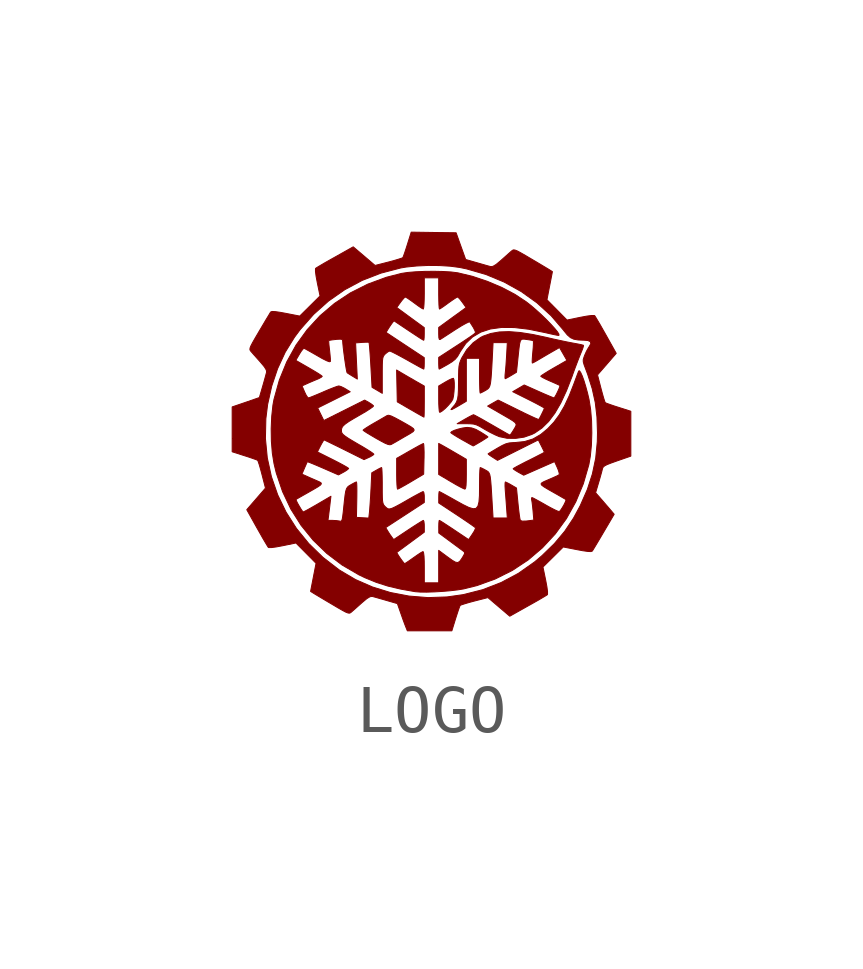
<source format=kicad_sym>
(kicad_symbol_lib
  (version 20220914)
  (generator bitmap2component)
  (symbol "LOGO"
    (pin_names
      (offset 1.016))
    (property "Reference" "#G"
      (at 0 4.37 0)
      (effects (font (size 1.27 1.27)) hide))
    (symbol "LOGO_0_0"
      (polyline (pts (xy 0.503 -3.898) (xy 0.53 -3.814) (xy 0.561 -3.72) (xy 0.585 -3.653) (xy 0.598 -3.623) (xy 0.624 -3.612) (xy 0.689 -3.591) (xy 0.782 -3.563) (xy 0.894 -3.533) (xy 1.176 -3.461) (xy 1.403 -3.655) (xy 1.631 -3.849) (xy 2.01 -3.636) (xy 2.112 -3.579) (xy 2.227 -3.514) (xy 2.32 -3.459) (xy 2.385 -3.42) (xy 2.414 -3.401) (xy 2.418 -3.39) (xy 2.418 -3.333) (xy 2.405 -3.235) (xy 2.38 -3.101) (xy 2.323 -2.824) (xy 2.535 -2.615) (xy 2.746 -2.406) (xy 3.038 -2.463) (xy 3.152 -2.484) (xy 3.257 -2.499) (xy 3.321 -2.502) (xy 3.35 -2.492) (xy 3.363 -2.473) (xy 3.398 -2.415) (xy 3.451 -2.327) (xy 3.516 -2.218) (xy 3.589 -2.094) (xy 3.807 -1.724) (xy 3.718 -1.619) (xy 3.678 -1.572) (xy 3.599 -1.481) (xy 3.525 -1.395) (xy 3.42 -1.276) (xy 3.485 -1.057) (xy 3.498 -1.015) (xy 3.527 -0.912) (xy 3.55 -0.828) (xy 3.563 -0.776) (xy 3.564 -0.77) (xy 3.577 -0.743) (xy 3.606 -0.717) (xy 3.658 -0.69) (xy 3.742 -0.657) (xy 3.865 -0.613) (xy 4.154 -0.513) (xy 4.154 -0.045) (xy 4.154 0.422) (xy 3.898 0.504) (xy 3.813 0.531) (xy 3.72 0.563) (xy 3.653 0.587) (xy 3.623 0.6) (xy 3.611 0.625) (xy 3.59 0.69) (xy 3.563 0.784) (xy 3.533 0.896) (xy 3.46 1.18) (xy 3.655 1.404) (xy 3.85 1.629) (xy 3.637 2.01) (xy 3.579 2.112) (xy 3.514 2.227) (xy 3.459 2.32) (xy 3.42 2.385) (xy 3.401 2.414) (xy 3.39 2.418) (xy 3.333 2.418) (xy 3.235 2.405) (xy 3.101 2.38) (xy 2.824 2.323) (xy 2.615 2.535) (xy 2.406 2.746) (xy 2.463 3.039) (xy 2.52 3.332) (xy 2.467 3.365) (xy 2.45 3.376) (xy 2.39 3.412) (xy 2.3 3.466) (xy 2.191 3.531) (xy 2.069 3.603) (xy 1.956 3.67) (xy 1.858 3.726) (xy 1.789 3.763) (xy 1.743 3.781) (xy 1.713 3.786) (xy 1.69 3.778) (xy 1.669 3.762) (xy 1.659 3.754) (xy 1.607 3.708) (xy 1.534 3.643) (xy 1.452 3.57) (xy 1.437 3.557) (xy 1.347 3.482) (xy 1.282 3.443) (xy 1.239 3.436) (xy 1.218 3.441) (xy 1.152 3.459) (xy 1.058 3.486) (xy 0.95 3.517) (xy 0.712 3.585) (xy 0.612 3.864) (xy 0.513 4.142) (xy 0.045 4.148) (xy -0.423 4.155) (xy -0.503 3.898) (xy -0.53 3.814) (xy -0.561 3.72) (xy -0.585 3.653) (xy -0.598 3.623) (xy -0.624 3.612) (xy -0.689 3.591) (xy -0.782 3.563) (xy -0.894 3.533) (xy -1.176 3.461) (xy -1.403 3.655) (xy -1.631 3.849) (xy -2.01 3.636) (xy -2.112 3.579) (xy -2.227 3.514) (xy -2.32 3.459) (xy -2.385 3.42) (xy -2.414 3.401) (xy -2.418 3.39) (xy -2.418 3.333) (xy -2.405 3.235) (xy -2.38 3.101) (xy -2.323 2.825) (xy -2.535 2.615) (xy -2.746 2.406) (xy -3.038 2.463) (xy -3.153 2.484) (xy -3.257 2.499) (xy -3.322 2.502) (xy -3.35 2.492) (xy -3.363 2.473) (xy -3.398 2.414) (xy -3.451 2.327) (xy -3.516 2.217) (xy -3.589 2.094) (xy -3.597 2.08) (xy -3.674 1.949) (xy -3.728 1.854) (xy -3.763 1.787) (xy -3.781 1.742) (xy -3.785 1.712) (xy -3.778 1.69) (xy -3.762 1.669) (xy -3.753 1.659) (xy -3.708 1.607) (xy -3.643 1.534) (xy -3.57 1.452) (xy -3.557 1.437) (xy -3.482 1.347) (xy -3.443 1.282) (xy -3.436 1.239) (xy -3.442 1.218) (xy -3.46 1.151) (xy -3.486 1.056) (xy -3.517 0.948) (xy -3.587 0.708) (xy -3.87 0.61) (xy -4.154 0.513) (xy -4.154 0.045) (xy -4.154 -0.146) (xy -3.461 -0.146) (xy -3.452 0.266) (xy -3.415 0.565) (xy -3.33 0.945) (xy -3.207 1.311) (xy -3.048 1.654) (xy -2.856 1.964) (xy -2.737 2.124) (xy -2.457 2.441) (xy -2.146 2.719) (xy -1.808 2.955) (xy -1.443 3.15) (xy -1.053 3.301) (xy -0.639 3.409) (xy -0.525 3.428) (xy -0.307 3.45) (xy -0.07 3.461) (xy 0.169 3.459) (xy 0.394 3.445) (xy 0.588 3.419) (xy 0.732 3.389) (xy 1.133 3.273) (xy 1.513 3.115) (xy 1.869 2.917) (xy 2.196 2.683) (xy 2.492 2.414) (xy 2.751 2.112) (xy 2.757 2.103) (xy 2.83 2.014) (xy 2.895 1.957) (xy 2.966 1.924) (xy 3.058 1.908) (xy 3.185 1.903) (xy 3.256 1.897) (xy 3.311 1.873) (xy 3.32 1.83) (xy 3.285 1.767) (xy 3.27 1.745) (xy 3.229 1.672) (xy 3.192 1.589) (xy 3.177 1.548) (xy 3.162 1.497) (xy 3.163 1.451) (xy 3.179 1.393) (xy 3.212 1.305) (xy 3.255 1.19) (xy 3.349 0.893) (xy 3.413 0.603) (xy 3.448 0.303) (xy 3.459 -0.025) (xy 3.455 -0.213) (xy 3.422 -0.555) (xy 3.353 -0.883) (xy 3.247 -1.209) (xy 3.099 -1.546) (xy 2.96 -1.803) (xy 2.776 -2.079) (xy 2.561 -2.335) (xy 2.304 -2.585) (xy 2.149 -2.717) (xy 1.813 -2.954) (xy 1.453 -3.146) (xy 1.07 -3.295) (xy 0.663 -3.399) (xy 0.324 -3.447) (xy -0.072 -3.461) (xy -0.468 -3.429) (xy -0.856 -3.355) (xy -1.232 -3.239) (xy -1.588 -3.083) (xy -1.917 -2.888) (xy -1.927 -2.881) (xy -2.261 -2.623) (xy -2.557 -2.335) (xy -2.814 -2.02) (xy -3.03 -1.681) (xy -3.205 -1.32) (xy -3.336 -0.942) (xy -3.422 -0.55) (xy -3.461 -0.146) (xy -4.154 -0.146) (xy -4.154 -0.422) (xy -3.898 -0.504) (xy -3.813 -0.531) (xy -3.72 -0.563) (xy -3.653 -0.587) (xy -3.623 -0.6) (xy -3.612 -0.625) (xy -3.59 -0.69) (xy -3.563 -0.784) (xy -3.533 -0.896) (xy -3.46 -1.179) (xy -3.655 -1.404) (xy -3.85 -1.629) (xy -3.637 -2.01) (xy -3.579 -2.112) (xy -3.514 -2.227) (xy -3.459 -2.32) (xy -3.42 -2.385) (xy -3.401 -2.414) (xy -3.39 -2.418) (xy -3.333 -2.418) (xy -3.235 -2.405) (xy -3.101 -2.38) (xy -2.825 -2.323) (xy -2.615 -2.535) (xy -2.406 -2.746) (xy -2.463 -3.039) (xy -2.52 -3.332) (xy -2.467 -3.365) (xy -2.45 -3.376) (xy -2.39 -3.412) (xy -2.3 -3.466) (xy -2.191 -3.531) (xy -2.069 -3.603) (xy -1.956 -3.67) (xy -1.858 -3.726) (xy -1.789 -3.763) (xy -1.743 -3.781) (xy -1.713 -3.786) (xy -1.69 -3.778) (xy -1.669 -3.762) (xy -1.659 -3.753) (xy -1.607 -3.708) (xy -1.534 -3.643) (xy -1.452 -3.57) (xy -1.437 -3.557) (xy -1.347 -3.482) (xy -1.282 -3.443) (xy -1.239 -3.436) (xy -1.218 -3.441) (xy -1.152 -3.459) (xy -1.058 -3.486) (xy -0.95 -3.517) (xy -0.711 -3.586) (xy -0.64 -3.788) (xy -0.631 -3.814) (xy -0.594 -3.919) (xy -0.56 -4.011) (xy -0.536 -4.073) (xy -0.503 -4.154) (xy -0.04 -4.154) (xy 0.424 -4.154) (xy 0.503 -3.898)) (stroke (width 0.01) (type default)) (fill (type outline)))
      (polyline (pts (xy 0.059 -3.342) (xy 0.228 -3.332) (xy 0.394 -3.318) (xy 0.546 -3.3) (xy 0.669 -3.28) (xy 0.95 -3.21) (xy 1.329 -3.073) (xy 1.684 -2.895) (xy 2.013 -2.678) (xy 2.312 -2.423) (xy 2.579 -2.135) (xy 2.812 -1.815) (xy 3.007 -1.465) (xy 3.164 -1.089) (xy 3.28 -0.688) (xy 3.31 -0.513) (xy 3.333 -0.281) (xy 3.341 -0.03) (xy 3.336 0.222) (xy 3.316 0.46) (xy 3.283 0.668) (xy 3.252 0.8) (xy 3.215 0.936) (xy 3.178 1.058) (xy 3.142 1.158) (xy 3.109 1.23) (xy 3.084 1.266) (xy 3.067 1.261) (xy 3.061 1.244) (xy 3.037 1.181) (xy 3.004 1.092) (xy 2.966 0.989) (xy 2.872 0.749) (xy 2.771 0.532) (xy 2.666 0.351) (xy 2.551 0.195) (xy 2.422 0.059) (xy 2.276 -0.062) (xy 2.115 -0.155) (xy 1.94 -0.209) (xy 1.74 -0.23) (xy 1.701 -0.231) (xy 1.619 -0.238) (xy 1.55 -0.256) (xy 1.475 -0.29) (xy 1.377 -0.345) (xy 1.34 -0.367) (xy 1.261 -0.414) (xy 1.204 -0.449) (xy 1.18 -0.464) (xy 1.183 -0.471) (xy 1.216 -0.498) (xy 1.274 -0.536) (xy 1.376 -0.601) (xy 1.801 -0.388) (xy 2.226 -0.175) (xy 2.289 -0.299) (xy 2.315 -0.351) (xy 2.342 -0.407) (xy 2.352 -0.432) (xy 2.348 -0.435) (xy 2.311 -0.456) (xy 2.239 -0.493) (xy 2.142 -0.543) (xy 2.027 -0.601) (xy 1.977 -0.625) (xy 1.869 -0.681) (xy 1.781 -0.727) (xy 1.723 -0.76) (xy 1.702 -0.775) (xy 1.709 -0.784) (xy 1.749 -0.812) (xy 1.812 -0.85) (xy 1.922 -0.91) (xy 2.244 -0.768) (xy 2.565 -0.627) (xy 2.623 -0.755) (xy 2.645 -0.81) (xy 2.662 -0.87) (xy 2.66 -0.9) (xy 2.654 -0.904) (xy 2.61 -0.927) (xy 2.535 -0.961) (xy 2.443 -1.001) (xy 2.427 -1.008) (xy 2.35 -1.041) (xy 2.301 -1.067) (xy 2.282 -1.091) (xy 2.297 -1.119) (xy 2.348 -1.156) (xy 2.436 -1.209) (xy 2.565 -1.282) (xy 2.634 -1.321) (xy 2.717 -1.369) (xy 2.776 -1.403) (xy 2.802 -1.419) (xy 2.803 -1.427) (xy 2.789 -1.468) (xy 2.76 -1.528) (xy 2.723 -1.591) (xy 2.688 -1.643) (xy 2.663 -1.668) (xy 2.631 -1.66) (xy 2.567 -1.631) (xy 2.478 -1.585) (xy 2.375 -1.528) (xy 2.375 -1.527) (xy 2.272 -1.469) (xy 2.185 -1.421) (xy 2.123 -1.388) (xy 2.094 -1.376) (xy 2.085 -1.384) (xy 2.086 -1.42) (xy 2.087 -1.423) (xy 2.096 -1.474) (xy 2.106 -1.556) (xy 2.116 -1.654) (xy 2.132 -1.845) (xy 2.001 -1.862) (xy 1.974 -1.865) (xy 1.89 -1.867) (xy 1.852 -1.852) (xy 1.851 -1.85) (xy 1.841 -1.809) (xy 1.829 -1.73) (xy 1.816 -1.624) (xy 1.803 -1.501) (xy 1.771 -1.177) (xy 1.663 -1.114) (xy 1.625 -1.092) (xy 1.568 -1.063) (xy 1.539 -1.051) (xy 1.539 -1.051) (xy 1.533 -1.075) (xy 1.532 -1.135) (xy 1.537 -1.22) (xy 1.537 -1.222) (xy 1.546 -1.335) (xy 1.556 -1.469) (xy 1.565 -1.595) (xy 1.58 -1.802) (xy 1.431 -1.802) (xy 1.283 -1.802) (xy 1.266 -1.52) (xy 1.263 -1.467) (xy 1.252 -1.28) (xy 1.243 -1.136) (xy 1.234 -1.028) (xy 1.225 -0.95) (xy 1.214 -0.897) (xy 1.199 -0.862) (xy 1.181 -0.838) (xy 1.157 -0.821) (xy 1.126 -0.804) (xy 1.101 -0.79) (xy 1.046 -0.762) (xy 1.016 -0.751) (xy 1.013 -0.758) (xy 1.008 -0.805) (xy 1.004 -0.889) (xy 1.002 -1.002) (xy 1.001 -1.134) (xy 1.001 -1.161) (xy 0.999 -1.337) (xy 0.989 -1.468) (xy 0.967 -1.554) (xy 0.929 -1.601) (xy 0.868 -1.609) (xy 0.78 -1.583) (xy 0.661 -1.525) (xy 0.505 -1.439) (xy 0.444 -1.404) (xy 0.336 -1.344) (xy 0.247 -1.295) (xy 0.187 -1.263) (xy 0.162 -1.251) (xy 0.158 -1.258) (xy 0.153 -1.301) (xy 0.151 -1.37) (xy 0.151 -1.489) (xy 0.527 -1.737) (xy 0.638 -1.811) (xy 0.746 -1.884) (xy 0.833 -1.944) (xy 0.892 -1.986) (xy 0.916 -2.006) (xy 0.914 -2.024) (xy 0.892 -2.074) (xy 0.851 -2.139) (xy 0.774 -2.252) (xy 0.475 -2.052) (xy 0.432 -2.023) (xy 0.33 -1.956) (xy 0.246 -1.901) (xy 0.188 -1.865) (xy 0.163 -1.852) (xy 0.158 -1.862) (xy 0.153 -1.91) (xy 0.151 -1.983) (xy 0.152 -2.115) (xy 0.389 -2.29) (xy 0.478 -2.356) (xy 0.565 -2.42) (xy 0.631 -2.469) (xy 0.666 -2.495) (xy 0.671 -2.498) (xy 0.691 -2.522) (xy 0.685 -2.554) (xy 0.653 -2.611) (xy 0.628 -2.651) (xy 0.587 -2.707) (xy 0.548 -2.73) (xy 0.5 -2.723) (xy 0.434 -2.685) (xy 0.339 -2.617) (xy 0.15 -2.477) (xy 0.15 -2.815) (xy 0.15 -3.153) (xy 0 -3.153) (xy -0.15 -3.153) (xy -0.15 -2.828) (xy -0.151 -2.708) (xy -0.156 -2.597) (xy -0.165 -2.527) (xy -0.176 -2.502) (xy -0.182 -2.504) (xy -0.225 -2.527) (xy -0.292 -2.571) (xy -0.373 -2.628) (xy -0.404 -2.65) (xy -0.478 -2.702) (xy -0.534 -2.739) (xy -0.559 -2.753) (xy -0.573 -2.742) (xy -0.605 -2.702) (xy -0.646 -2.646) (xy -0.686 -2.587) (xy -0.714 -2.54) (xy -0.722 -2.518) (xy -0.719 -2.516) (xy -0.685 -2.491) (xy -0.621 -2.444) (xy -0.534 -2.38) (xy -0.432 -2.305) (xy -0.15 -2.097) (xy -0.15 -1.974) (xy -0.151 -1.932) (xy -0.158 -1.874) (xy -0.169 -1.852) (xy -0.175 -1.854) (xy -0.215 -1.877) (xy -0.286 -1.921) (xy -0.38 -1.981) (xy -0.488 -2.052) (xy -0.788 -2.252) (xy -0.829 -2.197) (xy -0.868 -2.142) (xy -0.912 -2.073) (xy -0.954 -2.002) (xy -0.552 -1.74) (xy -0.15 -1.478) (xy -0.15 -1.364) (xy -0.151 -1.33) (xy -0.159 -1.274) (xy -0.173 -1.251) (xy -0.177 -1.252) (xy -0.218 -1.271) (xy -0.29 -1.309) (xy -0.386 -1.361) (xy -0.497 -1.424) (xy -0.529 -1.443) (xy -0.659 -1.517) (xy -0.755 -1.568) (xy -0.823 -1.6) (xy -0.87 -1.613) (xy -0.905 -1.611) (xy -0.933 -1.594) (xy -0.963 -1.567) (xy -0.978 -1.552) (xy -0.998 -1.526) (xy -1.011 -1.494) (xy -1.02 -1.447) (xy -1.024 -1.376) (xy -1.026 -1.272) (xy -1.026 -1.127) (xy -1.026 -1.059) (xy -1.028 -0.937) (xy -1.031 -0.839) (xy -1.035 -0.774) (xy -1.04 -0.751) (xy -1.047 -0.753) (xy -1.088 -0.772) (xy -1.149 -0.806) (xy -1.245 -0.861) (xy -1.261 -1.2) (xy -1.262 -1.212) (xy -1.269 -1.351) (xy -1.278 -1.484) (xy -1.286 -1.595) (xy -1.292 -1.672) (xy -1.307 -1.804) (xy -1.436 -1.797) (xy -1.564 -1.789) (xy -1.557 -1.42) (xy -1.556 -1.358) (xy -1.555 -1.237) (xy -1.556 -1.139) (xy -1.559 -1.075) (xy -1.564 -1.051) (xy -1.573 -1.053) (xy -1.615 -1.073) (xy -1.677 -1.107) (xy -1.683 -1.111) (xy -1.722 -1.134) (xy -1.751 -1.159) (xy -1.772 -1.194) (xy -1.788 -1.245) (xy -1.801 -1.322) (xy -1.814 -1.433) (xy -1.83 -1.585) (xy -1.839 -1.674) (xy -1.851 -1.77) (xy -1.861 -1.829) (xy -1.874 -1.86) (xy -1.89 -1.87) (xy -1.912 -1.867) (xy -1.919 -1.865) (xy -1.983 -1.856) (xy -2.061 -1.852) (xy -2.158 -1.852) (xy -2.143 -1.745) (xy -2.138 -1.7) (xy -2.125 -1.597) (xy -2.113 -1.494) (xy -2.096 -1.349) (xy -2.376 -1.513) (xy -2.393 -1.523) (xy -2.498 -1.583) (xy -2.585 -1.632) (xy -2.646 -1.664) (xy -2.673 -1.676) (xy -2.689 -1.661) (xy -2.72 -1.615) (xy -2.757 -1.553) (xy -2.793 -1.49) (xy -2.817 -1.439) (xy -2.823 -1.415) (xy -2.81 -1.407) (xy -2.761 -1.379) (xy -2.684 -1.335) (xy -2.59 -1.282) (xy -2.576 -1.274) (xy -2.45 -1.202) (xy -2.364 -1.151) (xy -2.313 -1.115) (xy -2.295 -1.089) (xy -2.303 -1.068) (xy -2.336 -1.049) (xy -2.39 -1.025) (xy -2.433 -1.006) (xy -2.528 -0.965) (xy -2.607 -0.929) (xy -2.7 -0.888) (xy -2.647 -0.763) (xy -2.625 -0.713) (xy -2.6 -0.656) (xy -2.588 -0.63) (xy -2.584 -0.63) (xy -2.547 -0.643) (xy -2.475 -0.672) (xy -2.377 -0.713) (xy -2.261 -0.763) (xy -1.939 -0.904) (xy -1.833 -0.847) (xy -1.798 -0.827) (xy -1.747 -0.792) (xy -1.727 -0.77) (xy -1.731 -0.765) (xy -1.768 -0.74) (xy -1.84 -0.699) (xy -1.937 -0.647) (xy -2.052 -0.588) (xy -2.378 -0.425) (xy -2.315 -0.3) (xy -2.287 -0.248) (xy -2.256 -0.196) (xy -2.24 -0.175) (xy -2.216 -0.185) (xy -2.155 -0.214) (xy -2.063 -0.259) (xy -1.948 -0.315) (xy -1.817 -0.38) (xy -1.406 -0.585) (xy -1.304 -0.539) (xy -1.274 -0.525) (xy -1.222 -0.494) (xy -1.201 -0.473) (xy -1.217 -0.457) (xy -1.269 -0.42) (xy -1.348 -0.37) (xy -1.445 -0.311) (xy -1.517 -0.27) (xy -1.646 -0.194) (xy -1.74 -0.137) (xy -1.804 -0.093) (xy -1.844 -0.06) (xy -1.866 -0.033) (xy -1.875 -0.006) (xy -1.877 0.024) (xy -1.876 0.044) (xy -1.866 0.081) (xy -1.841 0.117) (xy -1.795 0.158) (xy -1.722 0.209) (xy -1.616 0.273) (xy -1.472 0.356) (xy -1.461 0.362) (xy -1.36 0.422) (xy -1.279 0.474) (xy -1.225 0.513) (xy -1.208 0.532) (xy -1.211 0.538) (xy -1.246 0.568) (xy -1.304 0.605) (xy -1.393 0.655) (xy -1.818 0.442) (xy -2.244 0.229) (xy -2.308 0.36) (xy -2.372 0.491) (xy -2.033 0.66) (xy -1.694 0.829) (xy -1.792 0.889) (xy -1.819 0.905) (xy -1.885 0.937) (xy -1.931 0.95) (xy -1.931 0.95) (xy -1.97 0.94) (xy -2.044 0.913) (xy -2.142 0.874) (xy -2.255 0.826) (xy -2.26 0.823) (xy -2.371 0.776) (xy -2.465 0.737) (xy -2.533 0.71) (xy -2.565 0.701) (xy -2.58 0.711) (xy -2.611 0.756) (xy -2.645 0.826) (xy -2.698 0.951) (xy -2.582 1.003) (xy -2.549 1.018) (xy -2.453 1.059) (xy -2.371 1.093) (xy -2.35 1.102) (xy -2.298 1.13) (xy -2.277 1.15) (xy -2.278 1.151) (xy -2.303 1.172) (xy -2.363 1.212) (xy -2.449 1.264) (xy -2.553 1.325) (xy -2.828 1.483) (xy -2.753 1.611) (xy -2.718 1.668) (xy -2.68 1.717) (xy -2.658 1.734) (xy -2.629 1.721) (xy -2.566 1.686) (xy -2.479 1.637) (xy -2.376 1.578) (xy -2.275 1.52) (xy -2.183 1.474) (xy -2.128 1.454) (xy -2.107 1.46) (xy -2.107 1.465) (xy -2.107 1.514) (xy -2.114 1.594) (xy -2.124 1.692) (xy -2.127 1.717) (xy -2.137 1.806) (xy -2.142 1.87) (xy -2.141 1.897) (xy -2.124 1.901) (xy -2.07 1.91) (xy -1.992 1.919) (xy -1.98 1.921) (xy -1.902 1.925) (xy -1.863 1.919) (xy -1.852 1.899) (xy -1.852 1.897) (xy -1.848 1.837) (xy -1.839 1.747) (xy -1.826 1.639) (xy -1.811 1.524) (xy -1.795 1.415) (xy -1.78 1.321) (xy -1.767 1.254) (xy -1.759 1.226) (xy -1.75 1.219) (xy -1.705 1.19) (xy -1.642 1.151) (xy -1.546 1.093) (xy -1.564 1.47) (xy -1.582 1.847) (xy -1.448 1.857) (xy -1.395 1.86) (xy -1.332 1.862) (xy -1.303 1.859) (xy -1.298 1.833) (xy -1.291 1.764) (xy -1.283 1.662) (xy -1.274 1.533) (xy -1.265 1.386) (xy -1.239 0.921) (xy -1.132 0.859) (xy -1.026 0.796) (xy -1.026 1.175) (xy -1.026 1.26) (xy -1.025 1.382) (xy -1.022 1.467) (xy -1.016 1.524) (xy -1.005 1.562) (xy -0.988 1.59) (xy -0.965 1.615) (xy -0.96 1.62) (xy -0.909 1.66) (xy -0.87 1.677) (xy -0.859 1.674) (xy -0.808 1.651) (xy -0.727 1.61) (xy -0.623 1.554) (xy -0.505 1.489) (xy -0.444 1.454) (xy -0.336 1.394) (xy -0.248 1.345) (xy -0.187 1.313) (xy -0.162 1.301) (xy -0.158 1.308) (xy -0.153 1.351) (xy -0.151 1.42) (xy -0.151 1.539) (xy -0.549 1.802) (xy -0.946 2.065) (xy -0.908 2.129) (xy -0.874 2.183) (xy -0.827 2.251) (xy -0.783 2.308) (xy -0.48 2.105) (xy -0.433 2.074) (xy -0.33 2.006) (xy -0.246 1.951) (xy -0.188 1.915) (xy -0.163 1.902) (xy -0.158 1.912) (xy -0.153 1.96) (xy -0.151 2.033) (xy -0.151 2.165) (xy -0.438 2.374) (xy -0.724 2.584) (xy -0.646 2.693) (xy -0.613 2.736) (xy -0.571 2.784) (xy -0.545 2.803) (xy -0.54 2.801) (xy -0.501 2.779) (xy -0.437 2.735) (xy -0.358 2.678) (xy -0.333 2.659) (xy -0.257 2.604) (xy -0.2 2.567) (xy -0.172 2.553) (xy -0.17 2.553) (xy -0.162 2.585) (xy -0.156 2.656) (xy -0.152 2.757) (xy -0.15 2.878) (xy -0.15 3.203) (xy 0 3.203) (xy 0.15 3.203) (xy 0.15 2.878) (xy 0.15 2.854) (xy 0.152 2.736) (xy 0.155 2.64) (xy 0.16 2.576) (xy 0.166 2.553) (xy 0.171 2.554) (xy 0.208 2.577) (xy 0.271 2.62) (xy 0.35 2.678) (xy 0.378 2.698) (xy 0.454 2.751) (xy 0.513 2.789) (xy 0.542 2.803) (xy 0.558 2.794) (xy 0.596 2.754) (xy 0.643 2.693) (xy 0.721 2.583) (xy 0.435 2.376) (xy 0.15 2.168) (xy 0.15 2.034) (xy 0.153 1.957) (xy 0.163 1.919) (xy 0.181 1.918) (xy 0.185 1.921) (xy 0.225 1.946) (xy 0.296 1.992) (xy 0.39 2.053) (xy 0.497 2.123) (xy 0.528 2.142) (xy 0.629 2.205) (xy 0.713 2.252) (xy 0.772 2.28) (xy 0.798 2.285) (xy 0.805 2.273) (xy 0.873 2.166) (xy 0.91 2.092) (xy 0.915 2.055) (xy 0.895 2.038) (xy 0.839 1.997) (xy 0.754 1.939) (xy 0.647 1.867) (xy 0.525 1.788) (xy 0.15 1.544) (xy 0.15 1.423) (xy 0.151 1.381) (xy 0.154 1.324) (xy 0.16 1.301) (xy 0.163 1.302) (xy 0.197 1.319) (xy 0.26 1.354) (xy 0.342 1.4) (xy 0.426 1.452) (xy 0.492 1.504) (xy 0.542 1.563) (xy 0.588 1.644) (xy 0.598 1.664) (xy 0.714 1.835) (xy 0.856 1.97) (xy 1.027 2.071) (xy 1.228 2.137) (xy 1.461 2.169) (xy 1.727 2.167) (xy 2.028 2.131) (xy 2.365 2.062) (xy 2.439 2.045) (xy 2.537 2.023) (xy 2.611 2.008) (xy 2.648 2.002) (xy 2.655 2.003) (xy 2.656 2.028) (xy 2.625 2.078) (xy 2.568 2.148) (xy 2.49 2.234) (xy 2.397 2.33) (xy 2.293 2.431) (xy 2.184 2.53) (xy 2.075 2.624) (xy 1.97 2.706) (xy 1.736 2.86) (xy 1.46 3.005) (xy 1.161 3.131) (xy 0.854 3.234) (xy 0.55 3.307) (xy 0.544 3.308) (xy 0.41 3.325) (xy 0.242 3.335) (xy 0.053 3.339) (xy -0.142 3.337) (xy -0.329 3.329) (xy -0.495 3.315) (xy -0.626 3.295) (xy -0.939 3.215) (xy -1.327 3.072) (xy -1.689 2.89) (xy -2.022 2.669) (xy -2.323 2.413) (xy -2.591 2.122) (xy -2.823 1.801) (xy -3.017 1.45) (xy -3.171 1.072) (xy -3.283 0.669) (xy -3.305 0.549) (xy -3.33 0.314) (xy -3.341 0.057) (xy -3.337 -0.203) (xy -3.317 -0.451) (xy -3.282 -0.669) (xy -3.235 -0.864) (xy -3.104 -1.252) (xy -2.931 -1.617) (xy -2.718 -1.955) (xy -2.467 -2.264) (xy -2.181 -2.541) (xy -1.862 -2.783) (xy -1.512 -2.987) (xy -1.384 -3.048) (xy -1.152 -3.143) (xy -0.909 -3.221) (xy -0.642 -3.284) (xy -0.338 -3.338) (xy -0.334 -3.338) (xy -0.234 -3.346) (xy -0.099 -3.347) (xy 0.059 -3.342)) (stroke (width 0.01) (type default)) (fill (type outline)))
      (polyline (pts (xy -0.707 -1.201) (xy -0.678 -1.188) (xy -0.615 -1.154) (xy -0.528 -1.105) (xy -0.425 -1.045) (xy -0.163 -0.888) (xy -0.156 -0.569) (xy -0.155 -0.55) (xy -0.154 -0.433) (xy -0.157 -0.338) (xy -0.161 -0.274) (xy -0.167 -0.25) (xy -0.168 -0.25) (xy -0.199 -0.264) (xy -0.263 -0.297) (xy -0.351 -0.346) (xy -0.456 -0.405) (xy -0.726 -0.559) (xy -0.726 -0.88) (xy -0.726 -0.901) (xy -0.724 -1.018) (xy -0.72 -1.113) (xy -0.714 -1.178) (xy -0.707 -1.201) (xy -0.707 -1.201)) (stroke (width 0.01) (type default)) (fill (type outline)))
      (polyline (pts (xy 0.699 -1.199) (xy 0.712 -1.177) (xy 0.72 -1.121) (xy 0.724 -1.028) (xy 0.726 -0.89) (xy 0.726 -0.579) (xy 0.494 -0.443) (xy 0.422 -0.401) (xy 0.327 -0.346) (xy 0.251 -0.303) (xy 0.206 -0.278) (xy 0.15 -0.248) (xy 0.15 -0.572) (xy 0.15 -0.895) (xy 0.407 -1.047) (xy 0.506 -1.105) (xy 0.596 -1.154) (xy 0.662 -1.187) (xy 0.694 -1.2) (xy 0.699 -1.199)) (stroke (width 0.01) (type default)) (fill (type outline)))
      (polyline (pts (xy -0.838 -0.269) (xy -0.811 -0.254) (xy -0.745 -0.217) (xy -0.656 -0.165) (xy -0.555 -0.106) (xy -0.517 -0.085) (xy -0.434 -0.036) (xy -0.381 -0.001) (xy -0.361 0.03) (xy -0.376 0.061) (xy -0.428 0.099) (xy -0.518 0.152) (xy -0.648 0.225) (xy -0.761 0.286) (xy -0.84 0.324) (xy -0.892 0.339) (xy -0.923 0.334) (xy -0.947 0.32) (xy -1.009 0.284) (xy -1.095 0.234) (xy -1.195 0.177) (xy -1.27 0.133) (xy -1.351 0.083) (xy -1.406 0.046) (xy -1.426 0.028) (xy -1.425 0.028) (xy -1.402 0.008) (xy -1.344 -0.03) (xy -1.259 -0.081) (xy -1.157 -0.141) (xy -1.055 -0.198) (xy -0.968 -0.244) (xy -0.907 -0.269) (xy -0.867 -0.276) (xy -0.838 -0.269)) (stroke (width 0.01) (type default)) (fill (type outline)))
      (polyline (pts (xy 0.874 -0.298) (xy 0.911 -0.278) (xy 0.971 -0.243) (xy 1.041 -0.202) (xy 1.107 -0.16) (xy 1.157 -0.128) (xy 1.176 -0.113) (xy 1.176 -0.113) (xy 1.152 -0.093) (xy 1.097 -0.057) (xy 1.022 -0.01) (xy 0.925 0.044) (xy 0.837 0.075) (xy 0.752 0.085) (xy 0.722 0.084) (xy 0.643 0.072) (xy 0.558 0.051) (xy 0.479 0.026) (xy 0.423 -0.000300) (xy 0.401 -0.022) (xy 0.413 -0.034) (xy 0.462 -0.067) (xy 0.538 -0.114) (xy 0.632 -0.169) (xy 0.708 -0.211) (xy 0.789 -0.257) (xy 0.846 -0.288) (xy 0.868 -0.3) (xy 0.874 -0.298)) (stroke (width 0.01) (type default)) (fill (type outline)))
      (polyline (pts (xy 1.93 -0.117) (xy 2.091 -0.061) (xy 2.151 -0.031) (xy 2.301 0.072) (xy 2.44 0.208) (xy 2.57 0.381) (xy 2.694 0.594) (xy 2.813 0.851) (xy 2.931 1.154) (xy 2.947 1.201) (xy 2.998 1.34) (xy 3.047 1.469) (xy 3.089 1.576) (xy 3.119 1.649) (xy 3.144 1.71) (xy 3.164 1.769) (xy 3.167 1.796) (xy 3.164 1.798) (xy 3.125 1.809) (xy 3.053 1.824) (xy 2.96 1.841) (xy 2.932 1.846) (xy 2.824 1.867) (xy 2.686 1.896) (xy 2.534 1.929) (xy 2.384 1.964) (xy 2.112 2.022) (xy 1.846 2.064) (xy 1.615 2.082) (xy 1.413 2.075) (xy 1.235 2.043) (xy 1.077 1.988) (xy 1.022 1.96) (xy 0.867 1.849) (xy 0.733 1.703) (xy 0.63 1.532) (xy 0.604 1.474) (xy 0.585 1.419) (xy 0.573 1.359) (xy 0.567 1.284) (xy 0.564 1.181) (xy 0.563 1.038) (xy 0.563 1.012) (xy 0.561 0.865) (xy 0.555 0.756) (xy 0.543 0.676) (xy 0.521 0.614) (xy 0.489 0.561) (xy 0.443 0.507) (xy 0.419 0.479) (xy 0.406 0.457) (xy 0.426 0.459) (xy 0.48 0.487) (xy 0.574 0.541) (xy 0.726 0.631) (xy 0.726 1.079) (xy 0.726 1.526) (xy 0.863 1.526) (xy 1.001 1.526) (xy 1.001 1.164) (xy 1.001 1.107) (xy 1.003 0.986) (xy 1.006 0.889) (xy 1.01 0.824) (xy 1.015 0.801) (xy 1.022 0.803) (xy 1.064 0.823) (xy 1.125 0.856) (xy 1.145 0.868) (xy 1.175 0.889) (xy 1.198 0.914) (xy 1.216 0.952) (xy 1.229 1.006) (xy 1.239 1.085) (xy 1.248 1.195) (xy 1.257 1.342) (xy 1.267 1.533) (xy 1.283 1.852) (xy 1.431 1.852) (xy 1.58 1.852) (xy 1.565 1.583) (xy 1.56 1.504) (xy 1.552 1.382) (xy 1.543 1.278) (xy 1.536 1.208) (xy 1.533 1.179) (xy 1.531 1.123) (xy 1.536 1.101) (xy 1.549 1.106) (xy 1.595 1.13) (xy 1.66 1.168) (xy 1.771 1.235) (xy 1.8 1.512) (xy 1.81 1.607) (xy 1.824 1.736) (xy 1.836 1.825) (xy 1.85 1.882) (xy 1.869 1.913) (xy 1.895 1.925) (xy 1.932 1.925) (xy 1.983 1.918) (xy 2.028 1.912) (xy 2.091 1.901) (xy 2.122 1.891) (xy 2.124 1.882) (xy 2.124 1.834) (xy 2.12 1.753) (xy 2.111 1.652) (xy 2.106 1.601) (xy 2.1 1.511) (xy 2.098 1.45) (xy 2.101 1.427) (xy 2.125 1.437) (xy 2.179 1.466) (xy 2.252 1.509) (xy 2.311 1.544) (xy 2.425 1.611) (xy 2.529 1.671) (xy 2.668 1.75) (xy 2.745 1.616) (xy 2.822 1.482) (xy 2.55 1.326) (xy 2.538 1.319) (xy 2.437 1.26) (xy 2.354 1.208) (xy 2.298 1.171) (xy 2.277 1.153) (xy 2.28 1.148) (xy 2.316 1.125) (xy 2.383 1.091) (xy 2.471 1.051) (xy 2.504 1.037) (xy 2.588 1) (xy 2.649 0.972) (xy 2.676 0.959) (xy 2.675 0.945) (xy 2.66 0.899) (xy 2.632 0.836) (xy 2.6 0.771) (xy 2.571 0.721) (xy 2.553 0.701) (xy 2.55 0.701) (xy 2.514 0.715) (xy 2.444 0.744) (xy 2.347 0.785) (xy 2.234 0.835) (xy 1.932 0.97) (xy 1.813 0.9) (xy 1.693 0.83) (xy 2.023 0.665) (xy 2.077 0.638) (xy 2.186 0.582) (xy 2.273 0.535) (xy 2.331 0.502) (xy 2.352 0.487) (xy 2.352 0.486) (xy 2.341 0.456) (xy 2.315 0.401) (xy 2.283 0.336) (xy 2.254 0.281) (xy 2.236 0.251) (xy 2.236 0.251) (xy 2.21 0.259) (xy 2.148 0.285) (xy 2.055 0.328) (xy 1.939 0.383) (xy 1.807 0.448) (xy 1.389 0.655) (xy 1.279 0.593) (xy 1.17 0.53) (xy 1.429 0.38) (xy 1.519 0.328) (xy 1.628 0.265) (xy 1.701 0.219) (xy 1.745 0.184) (xy 1.763 0.154) (xy 1.761 0.125) (xy 1.744 0.089) (xy 1.716 0.042) (xy 1.687 -0.005) (xy 1.653 -0.055) (xy 1.636 -0.075) (xy 1.621 -0.068) (xy 1.569 -0.04) (xy 1.487 0.007) (xy 1.381 0.068) (xy 1.26 0.138) (xy 1.167 0.191) (xy 1.056 0.255) (xy 0.965 0.305) (xy 0.903 0.338) (xy 0.876 0.35) (xy 0.874 0.35) (xy 0.84 0.335) (xy 0.776 0.302) (xy 0.696 0.257) (xy 0.535 0.163) (xy 0.725 0.163) (xy 0.797 0.162) (xy 0.873 0.156) (xy 0.936 0.139) (xy 1.006 0.106) (xy 1.099 0.051) (xy 1.115 0.041) (xy 1.222 -0.018) (xy 1.327 -0.07) (xy 1.411 -0.106) (xy 1.418 -0.108) (xy 1.575 -0.141) (xy 1.752 -0.143) (xy 1.93 -0.117)) (stroke (width 0.01) (type default)) (fill (type outline)))
      (polyline (pts (xy -0.157 0.301) (xy -0.154 0.332) (xy -0.152 0.403) (xy -0.151 0.503) (xy -0.15 0.623) (xy -0.15 0.947) (xy -0.344 1.058) (xy -0.372 1.075) (xy -0.474 1.133) (xy -0.566 1.187) (xy -0.633 1.226) (xy -0.727 1.282) (xy -0.72 0.95) (xy -0.713 0.618) (xy -0.439 0.459) (xy -0.424 0.451) (xy -0.322 0.392) (xy -0.238 0.344) (xy -0.18 0.312) (xy -0.157 0.3) (xy -0.157 0.301)) (stroke (width 0.01) (type default)) (fill (type outline)))
      (polyline (pts (xy 0.182 0.403) (xy 0.229 0.432) (xy 0.291 0.485) (xy 0.354 0.55) (xy 0.408 0.614) (xy 0.441 0.667) (xy 0.445 0.677) (xy 0.459 0.742) (xy 0.469 0.829) (xy 0.475 0.924) (xy 0.475 1.011) (xy 0.469 1.077) (xy 0.457 1.109) (xy 0.428 1.102) (xy 0.369 1.076) (xy 0.294 1.034) (xy 0.15 0.949) (xy 0.15 0.675) (xy 0.151 0.58) (xy 0.156 0.487) (xy 0.162 0.424) (xy 0.171 0.4) (xy 0.182 0.403)) (stroke (width 0.01) (type default)) (fill (type outline))))))
</source>
